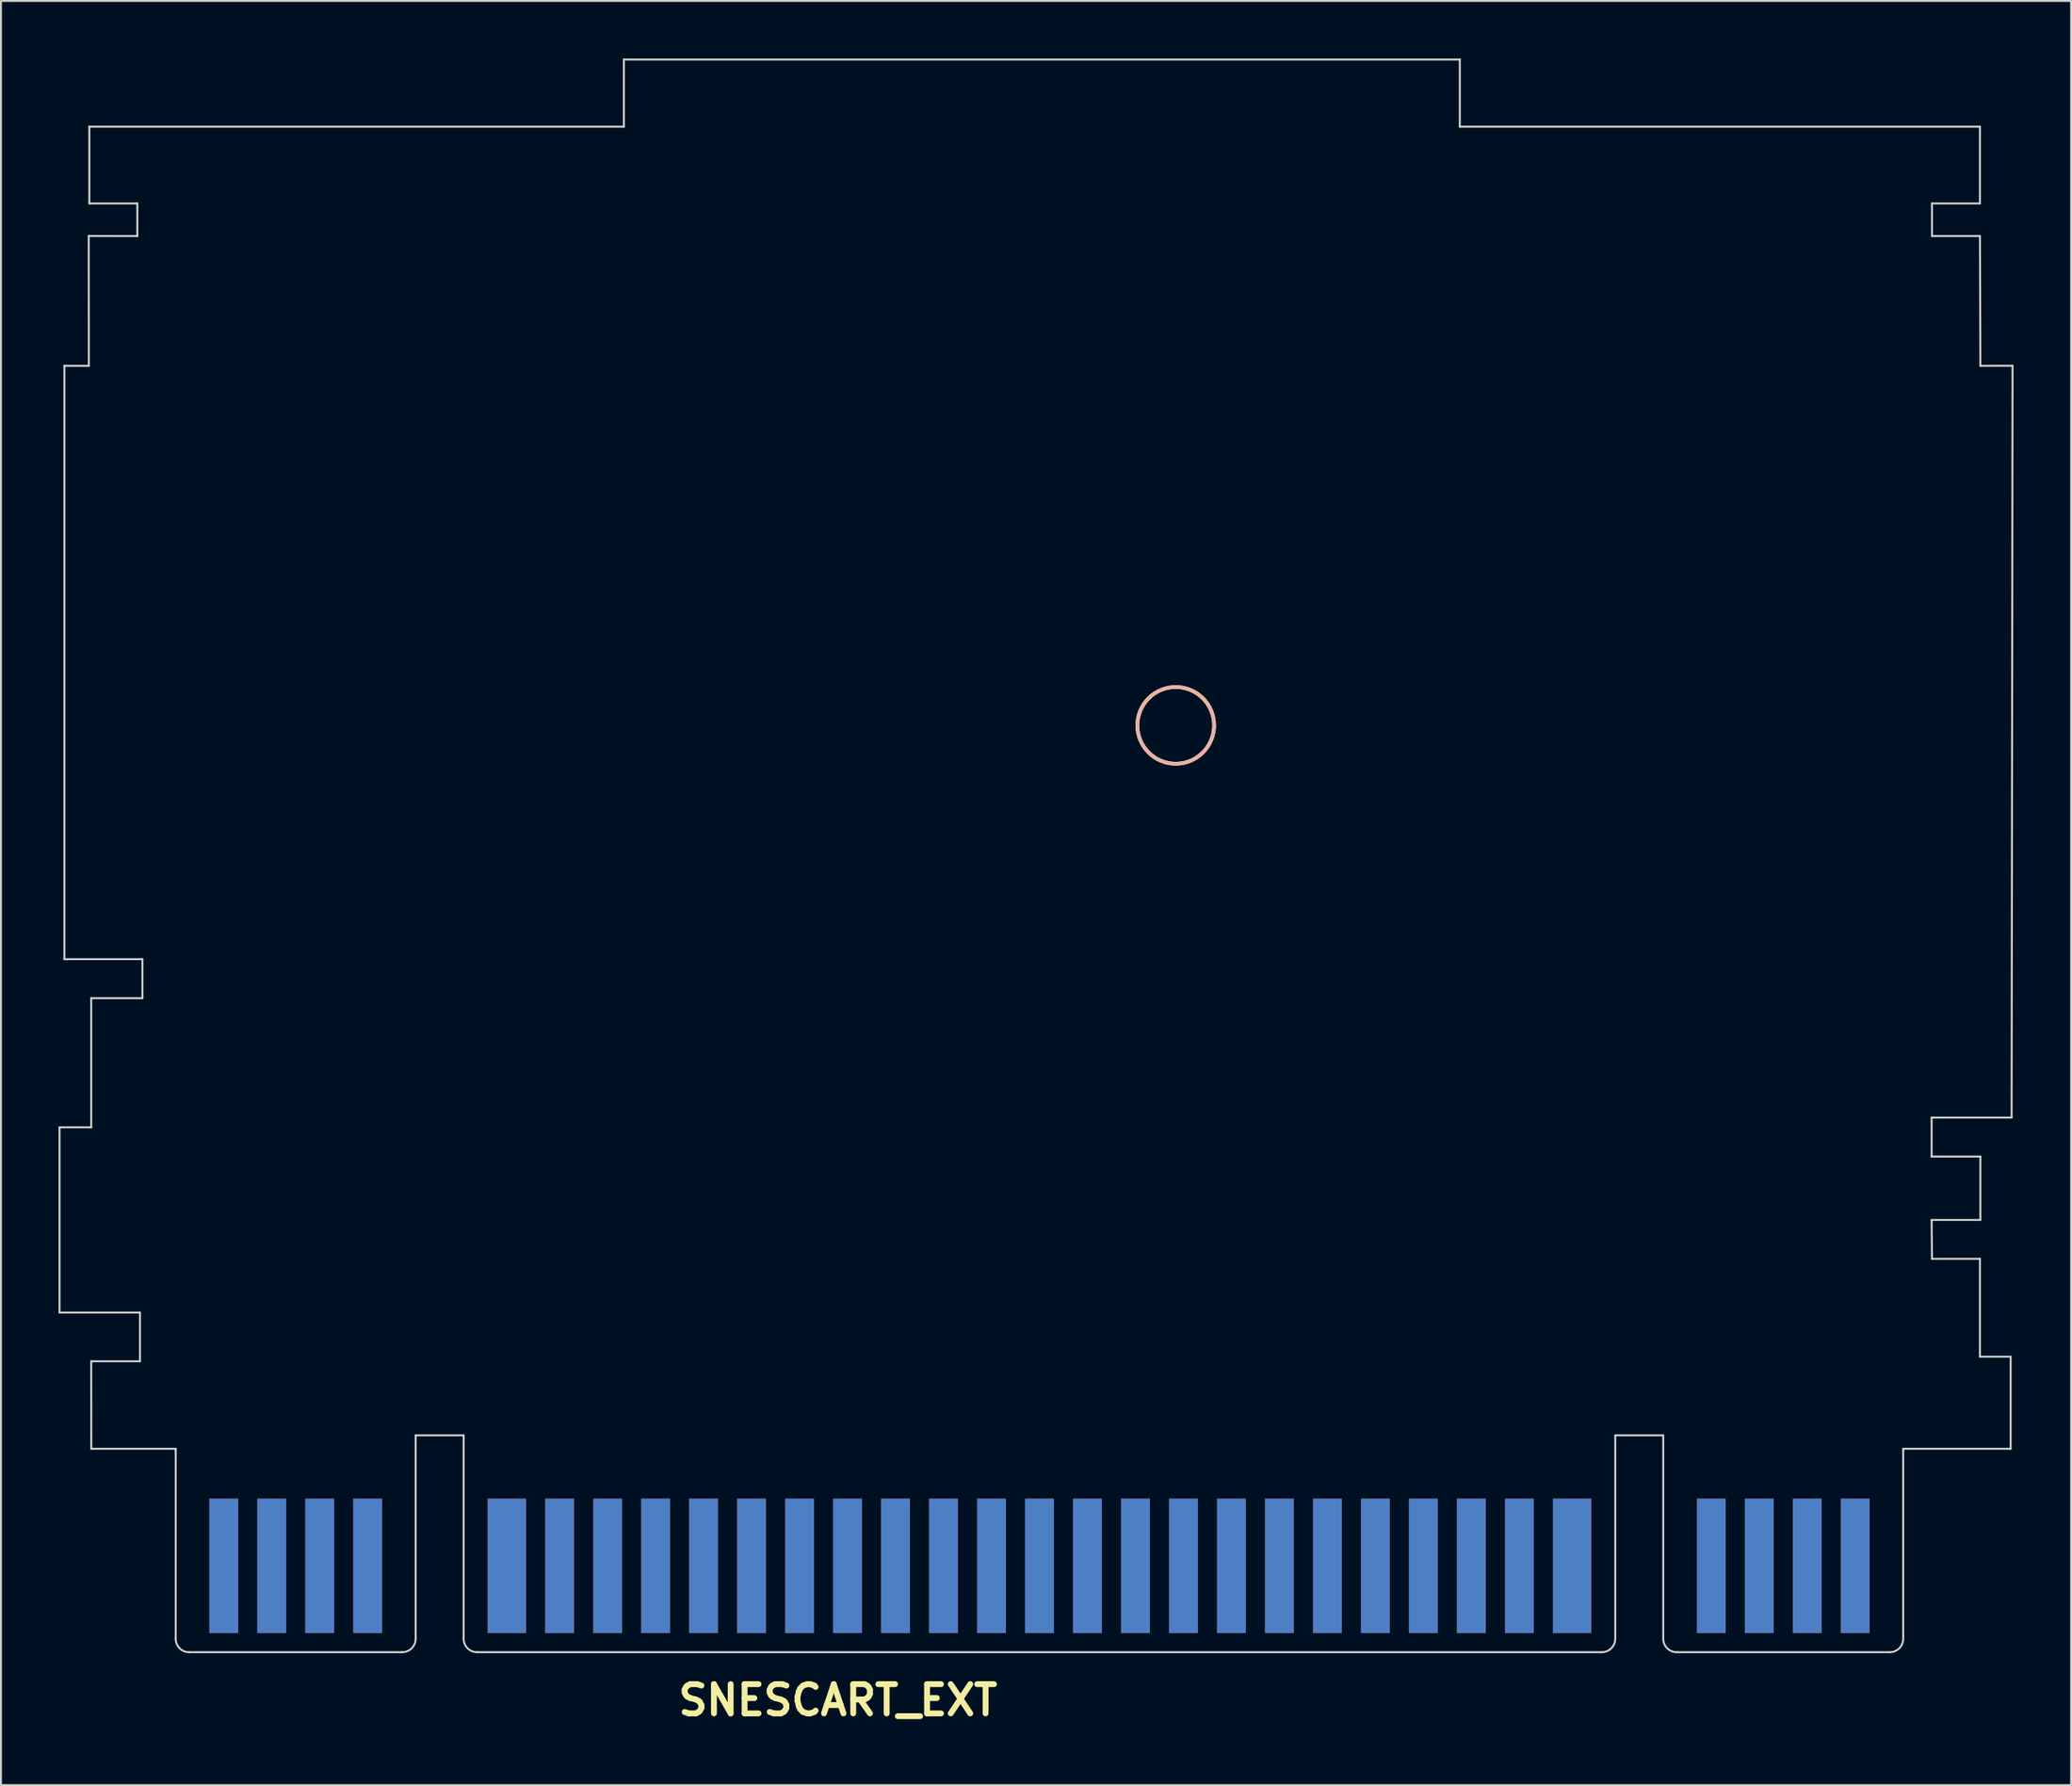
<source format=kicad_pcb>
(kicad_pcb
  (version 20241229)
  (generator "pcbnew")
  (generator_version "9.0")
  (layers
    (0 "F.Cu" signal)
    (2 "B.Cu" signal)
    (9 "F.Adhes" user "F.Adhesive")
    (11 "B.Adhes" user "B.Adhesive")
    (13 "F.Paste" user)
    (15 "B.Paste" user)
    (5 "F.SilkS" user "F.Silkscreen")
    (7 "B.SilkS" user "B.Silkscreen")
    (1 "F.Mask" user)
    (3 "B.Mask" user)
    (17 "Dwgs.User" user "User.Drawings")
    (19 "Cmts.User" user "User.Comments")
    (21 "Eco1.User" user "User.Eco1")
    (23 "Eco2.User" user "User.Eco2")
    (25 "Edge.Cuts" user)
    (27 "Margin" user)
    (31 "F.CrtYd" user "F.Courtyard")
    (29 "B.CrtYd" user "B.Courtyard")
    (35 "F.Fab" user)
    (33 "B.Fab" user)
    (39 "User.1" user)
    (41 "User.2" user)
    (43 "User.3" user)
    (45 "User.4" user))
  (footprint "SNESCART_EXT"
    (layer "F.Cu")
    (at 51.105 78.052)
    (property "Reference" "SNESCART_EXT" (at -10.5 7.501 0) (layer "F.SilkS") (effects (font (size 1.524 1.524) (thickness 0.305))))
    (attr through_hole)
    (fp_circle (center 7.099 -43.299) (end 9.098 -43.299) (stroke (width 0.191) (type solid)) (fill no) (layer "F.SilkS"))
    (fp_circle (center 7.102 -43.299) (end 9.101 -43.299) (stroke (width 0.191) (type solid)) (fill no) (layer "B.SilkS"))
    (fp_line (start -51.054 -22.352) (end -49.403 -22.352) (stroke (width 0.102) (type solid)) (layer "Edge.Cuts"))
    (fp_line (start -51.054 -12.7) (end -51.054 -22.352) (stroke (width 0.102) (type solid)) (layer "Edge.Cuts"))
    (fp_line (start -51.054 -12.7) (end -46.863 -12.7) (stroke (width 0.102) (type solid)) (layer "Edge.Cuts"))
    (fp_line (start -50.8 -62.039) (end -50.8 -31.115) (stroke (width 0.102) (type solid)) (layer "Edge.Cuts"))
    (fp_line (start -50.8 -31.115) (end -46.736 -31.115) (stroke (width 0.102) (type solid)) (layer "Edge.Cuts"))
    (fp_line (start -49.533 -68.806) (end -49.527 -62.039) (stroke (width 0.102) (type solid)) (layer "Edge.Cuts"))
    (fp_line (start -49.527 -62.039) (end -50.8 -62.039) (stroke (width 0.102) (type solid)) (layer "Edge.Cuts"))
    (fp_line (start -49.5 -74.501) (end -49.5 -70.5) (stroke (width 0.102) (type solid)) (layer "Edge.Cuts"))
    (fp_line (start -49.5 -74.501) (end -21.651 -74.501) (stroke (width 0.102) (type solid)) (layer "Edge.Cuts"))
    (fp_line (start -49.5 -70.5) (end -47 -70.5) (stroke (width 0.102) (type solid)) (layer "Edge.Cuts"))
    (fp_line (start -49.403 -22.352) (end -49.403 -29.083) (stroke (width 0.102) (type solid)) (layer "Edge.Cuts"))
    (fp_line (start -49.403 -10.16) (end -49.4 -5.601) (stroke (width 0.102) (type solid)) (layer "Edge.Cuts"))
    (fp_line (start -49.4 -5.601) (end -45.001 -5.601) (stroke (width 0.102) (type solid)) (layer "Edge.Cuts"))
    (fp_line (start -47 -70.5) (end -47 -68.801) (stroke (width 0.102) (type solid)) (layer "Edge.Cuts"))
    (fp_line (start -47 -68.801) (end -49.53 -68.804) (stroke (width 0.102) (type solid)) (layer "Edge.Cuts"))
    (fp_line (start -46.863 -12.7) (end -46.863 -10.16) (stroke (width 0.102) (type solid)) (layer "Edge.Cuts"))
    (fp_line (start -46.863 -10.16) (end -49.4 -10.16) (stroke (width 0.102) (type solid)) (layer "Edge.Cuts"))
    (fp_line (start -46.736 -29.083) (end -49.403 -29.083) (stroke (width 0.102) (type solid)) (layer "Edge.Cuts"))
    (fp_line (start -46.736 -29.083) (end -46.736 -31.115) (stroke (width 0.102) (type solid)) (layer "Edge.Cuts"))
    (fp_line (start -45.001 -5.601) (end -45.001 -5.499) (stroke (width 0.102) (type solid)) (layer "Edge.Cuts"))
    (fp_line (start -45.001 4.3) (end -45.001 -5.499) (stroke (width 0.102) (type solid)) (layer "Edge.Cuts"))
    (fp_line (start -33.2 5.001) (end -44.3 5.001) (stroke (width 0.102) (type solid)) (layer "Edge.Cuts"))
    (fp_line (start -32.499 -6.299) (end -32.499 4.3) (stroke (width 0.102) (type solid)) (layer "Edge.Cuts"))
    (fp_line (start -30 -6.299) (end -32.499 -6.299) (stroke (width 0.102) (type solid)) (layer "Edge.Cuts"))
    (fp_line (start -30 4.3) (end -30 -6.299) (stroke (width 0.102) (type solid)) (layer "Edge.Cuts"))
    (fp_line (start -29.299 5.001) (end 29.299 5.001) (stroke (width 0.102) (type solid)) (layer "Edge.Cuts"))
    (fp_line (start -21.651 -78.001) (end -21.651 -74.501) (stroke (width 0.102) (type solid)) (layer "Edge.Cuts"))
    (fp_line (start -21.651 -78.001) (end 21.9 -78.001) (stroke (width 0.102) (type solid)) (layer "Edge.Cuts"))
    (fp_line (start 21.9 -74.501) (end 21.9 -78.001) (stroke (width 0.102) (type solid)) (layer "Edge.Cuts"))
    (fp_line (start 21.9 -74.501) (end 48.999 -74.501) (stroke (width 0.102) (type solid)) (layer "Edge.Cuts"))
    (fp_line (start 30 -6.299) (end 32.499 -6.299) (stroke (width 0.102) (type solid)) (layer "Edge.Cuts"))
    (fp_line (start 30 4.3) (end 30 -6.299) (stroke (width 0.102) (type solid)) (layer "Edge.Cuts"))
    (fp_line (start 32.499 -6.299) (end 32.499 4.3) (stroke (width 0.102) (type solid)) (layer "Edge.Cuts"))
    (fp_line (start 33.2 5.001) (end 44.3 5.001) (stroke (width 0.102) (type solid)) (layer "Edge.Cuts"))
    (fp_line (start 45.001 -5.601) (end 50.599 -5.601) (stroke (width 0.102) (type solid)) (layer "Edge.Cuts"))
    (fp_line (start 45.001 -5.499) (end 45.001 -5.601) (stroke (width 0.102) (type solid)) (layer "Edge.Cuts"))
    (fp_line (start 45.001 4.3) (end 45.001 -5.499) (stroke (width 0.102) (type solid)) (layer "Edge.Cuts"))
    (fp_line (start 46.482 -22.86) (end 50.648 -22.86) (stroke (width 0.102) (type solid)) (layer "Edge.Cuts"))
    (fp_line (start 46.482 -20.828) (end 46.482 -22.86) (stroke (width 0.102) (type solid)) (layer "Edge.Cuts"))
    (fp_line (start 46.482 -20.828) (end 49.022 -20.828) (stroke (width 0.102) (type solid)) (layer "Edge.Cuts"))
    (fp_line (start 46.482 -17.526) (end 49.022 -17.526) (stroke (width 0.102) (type solid)) (layer "Edge.Cuts"))
    (fp_line (start 46.5 -70.5) (end 48.999 -70.5) (stroke (width 0.102) (type solid)) (layer "Edge.Cuts"))
    (fp_line (start 46.5 -68.801) (end 46.5 -70.5) (stroke (width 0.102) (type solid)) (layer "Edge.Cuts"))
    (fp_line (start 46.5 -15.499) (end 46.482 -17.526) (stroke (width 0.102) (type solid)) (layer "Edge.Cuts"))
    (fp_line (start 48.999 -70.5) (end 48.999 -74.501) (stroke (width 0.102) (type solid)) (layer "Edge.Cuts"))
    (fp_line (start 48.999 -68.801) (end 46.5 -68.801) (stroke (width 0.102) (type solid)) (layer "Edge.Cuts"))
    (fp_line (start 48.999 -15.499) (end 46.5 -15.499) (stroke (width 0.102) (type solid)) (layer "Edge.Cuts"))
    (fp_line (start 48.999 -10.399) (end 48.999 -15.499) (stroke (width 0.102) (type solid)) (layer "Edge.Cuts"))
    (fp_line (start 49.022 -62.039) (end 48.999 -68.801) (stroke (width 0.102) (type solid)) (layer "Edge.Cuts"))
    (fp_line (start 49.022 -17.526) (end 49.022 -20.828) (stroke (width 0.102) (type solid)) (layer "Edge.Cuts"))
    (fp_line (start 50.599 -10.399) (end 48.999 -10.399) (stroke (width 0.102) (type solid)) (layer "Edge.Cuts"))
    (fp_line (start 50.599 -5.601) (end 50.599 -10.399) (stroke (width 0.102) (type solid)) (layer "Edge.Cuts"))
    (fp_line (start 50.648 -22.86) (end 50.698 -62.042) (stroke (width 0.102) (type solid)) (layer "Edge.Cuts"))
    (fp_line (start 50.698 -62.042) (end 49.022 -62.039) (stroke (width 0.102) (type solid)) (layer "Edge.Cuts"))
    (fp_arc (start -44.30014 5.00126) (mid -44.79585 4.79593) (end -45.00118 4.30022) (stroke (width 0.09906) (type solid)) (layer "Edge.Cuts"))
    (fp_arc (start -32.4993 4.30022) (mid -32.70463 4.79593) (end -33.20034 5.00126) (stroke (width 0.09906) (type solid)) (layer "Edge.Cuts"))
    (fp_arc (start -29.2989 5.00126) (mid -29.79461 4.79593) (end -29.99994 4.30022) (stroke (width 0.09906) (type solid)) (layer "Edge.Cuts"))
    (fp_arc (start 29.99994 4.30022) (mid 29.79461 4.79593) (end 29.2989 5.00126) (stroke (width 0.09906) (type solid)) (layer "Edge.Cuts"))
    (fp_arc (start 33.20034 5.00126) (mid 32.70463 4.79593) (end 32.4993 4.30022) (stroke (width 0.09906) (type solid)) (layer "Edge.Cuts"))
    (fp_arc (start 45.00118 4.30022) (mid 44.79585 4.79593) (end 44.30014 5.00126) (stroke (width 0.09906) (type solid)) (layer "Edge.Cuts"))
    (pad "" connect rect (at -38.75 1.001) (size 12.499 8.001) (layers "*.Mask"))
    (pad "" connect rect (at -27.8 -9.7) (size 5.999 5.001) (layers "B.Mask"))
    (pad "" connect rect (at 0 1.001) (size 60 8.001) (layers "*.Mask"))
    (pad "" connect rect (at 36.401 -9.601) (size 5.799 5.999) (layers "B.Mask"))
    (pad "" connect rect (at 38.75 1.001) (size 12.499 8.001) (layers "*.Mask"))
    (pad "1" connect rect (at -42.499 0.5) (size 1.501 7) (layers "F.Cu"))
    (pad "2" connect rect (at -40 0.5) (size 1.501 7) (layers "F.Cu"))
    (pad "3" connect rect (at -37.501 0.5) (size 1.501 7) (layers "F.Cu"))
    (pad "4" connect rect (at -35.001 0.5) (size 1.501 7) (layers "F.Cu"))
    (pad "5" connect rect (at -27.75 0.5) (size 1.999 7) (layers "F.Cu"))
    (pad "6" connect rect (at -25.001 0.5) (size 1.501 7) (layers "F.Cu"))
    (pad "7" connect rect (at -22.499 0.5) (size 1.501 7) (layers "F.Cu"))
    (pad "8" connect rect (at -20 0.5) (size 1.501 7) (layers "F.Cu"))
    (pad "9" connect rect (at -17.501 0.5) (size 1.501 7) (layers "F.Cu"))
    (pad "10" connect rect (at -15.001 0.5) (size 1.501 7) (layers "F.Cu"))
    (pad "11" connect rect (at -12.499 0.5) (size 1.501 7) (layers "F.Cu"))
    (pad "12" connect rect (at -10 0.5) (size 1.501 7) (layers "F.Cu"))
    (pad "13" connect rect (at -7.501 0.5) (size 1.501 7) (layers "F.Cu"))
    (pad "14" connect rect (at -5.001 0.5) (size 1.501 7) (layers "F.Cu"))
    (pad "15" connect rect (at -2.499 0.5) (size 1.501 7) (layers "F.Cu"))
    (pad "16" connect rect (at 0 0.5) (size 1.501 7) (layers "F.Cu"))
    (pad "17" connect rect (at 2.499 0.5) (size 1.501 7) (layers "F.Cu"))
    (pad "18" connect rect (at 5.001 0.5) (size 1.501 7) (layers "F.Cu"))
    (pad "19" connect rect (at 7.501 0.5) (size 1.501 7) (layers "F.Cu"))
    (pad "20" connect rect (at 10 0.5) (size 1.501 7) (layers "F.Cu"))
    (pad "21" connect rect (at 12.499 0.5) (size 1.501 7) (layers "F.Cu"))
    (pad "22" connect rect (at 15.001 0.5) (size 1.501 7) (layers "F.Cu"))
    (pad "23" connect rect (at 17.501 0.5) (size 1.501 7) (layers "F.Cu"))
    (pad "24" connect rect (at 20 0.5) (size 1.501 7) (layers "F.Cu"))
    (pad "25" connect rect (at 22.499 0.5) (size 1.501 7) (layers "F.Cu"))
    (pad "26" connect rect (at 25.001 0.5) (size 1.501 7) (layers "F.Cu"))
    (pad "27" connect rect (at 27.75 0.5) (size 1.999 7) (layers "F.Cu"))
    (pad "28" connect rect (at 35.001 0.5) (size 1.501 7) (layers "F.Cu"))
    (pad "29" connect rect (at 37.501 0.5) (size 1.501 7) (layers "F.Cu"))
    (pad "30" connect rect (at 40 0.5) (size 1.501 7) (layers "F.Cu"))
    (pad "31" connect rect (at 42.499 0.5) (size 1.501 7) (layers "F.Cu"))
    (pad "32" connect rect (at -42.499 0.5) (size 1.501 7) (layers "B.Cu"))
    (pad "33" connect rect (at -40 0.5) (size 1.501 7) (layers "B.Cu"))
    (pad "34" connect rect (at -37.501 0.5) (size 1.501 7) (layers "B.Cu"))
    (pad "35" connect rect (at -35.001 0.5) (size 1.501 7) (layers "B.Cu"))
    (pad "36" connect rect (at -27.75 0.5) (size 1.999 7) (layers "B.Cu"))
    (pad "37" connect rect (at -25.001 0.5) (size 1.501 7) (layers "B.Cu"))
    (pad "38" connect rect (at -22.499 0.5) (size 1.501 7) (layers "B.Cu"))
    (pad "39" connect rect (at -20 0.5) (size 1.501 7) (layers "B.Cu"))
    (pad "40" connect rect (at -17.501 0.5) (size 1.501 7) (layers "B.Cu"))
    (pad "41" connect rect (at -15.001 0.5) (size 1.501 7) (layers "B.Cu"))
    (pad "42" connect rect (at -12.499 0.5) (size 1.501 7) (layers "B.Cu"))
    (pad "43" connect rect (at -10 0.5) (size 1.501 7) (layers "B.Cu"))
    (pad "44" connect rect (at -7.501 0.5) (size 1.501 7) (layers "B.Cu"))
    (pad "45" connect rect (at -5.001 0.5) (size 1.501 7) (layers "B.Cu"))
    (pad "46" connect rect (at -2.499 0.5) (size 1.501 7) (layers "B.Cu"))
    (pad "47" connect rect (at 0 0.5) (size 1.501 7) (layers "B.Cu"))
    (pad "48" connect rect (at 2.499 0.5) (size 1.501 7) (layers "B.Cu"))
    (pad "49" connect rect (at 5.001 0.5) (size 1.501 7) (layers "B.Cu"))
    (pad "50" connect rect (at 7.501 0.5) (size 1.501 7) (layers "B.Cu"))
    (pad "51" connect rect (at 10 0.5) (size 1.501 7) (layers "B.Cu"))
    (pad "52" connect rect (at 12.499 0.5) (size 1.501 7) (layers "B.Cu"))
    (pad "53" connect rect (at 15.001 0.5) (size 1.501 7) (layers "B.Cu"))
    (pad "54" connect rect (at 17.501 0.5) (size 1.501 7) (layers "B.Cu"))
    (pad "55" connect rect (at 20 0.5) (size 1.501 7) (layers "B.Cu"))
    (pad "56" connect rect (at 22.499 0.5) (size 1.501 7) (layers "B.Cu"))
    (pad "57" connect rect (at 25.001 0.5) (size 1.501 7) (layers "B.Cu"))
    (pad "58" connect rect (at 27.75 0.5) (size 1.999 7) (layers "B.Cu"))
    (pad "59" connect rect (at 35.001 0.5) (size 1.501 7) (layers "B.Cu"))
    (pad "60" connect rect (at 37.501 0.5) (size 1.501 7) (layers "B.Cu"))
    (pad "61" connect rect (at 40 0.5) (size 1.501 7) (layers "B.Cu"))
    (pad "62" connect rect (at 42.499 0.5) (size 1.501 7) (layers "B.Cu")))
  (gr_rect
    (start -3 -3)
    (end 104.854 89.979)
    (stroke (width 0.1) (type default))
    (fill no)
    (layer "Edge.Cuts")))
</source>
